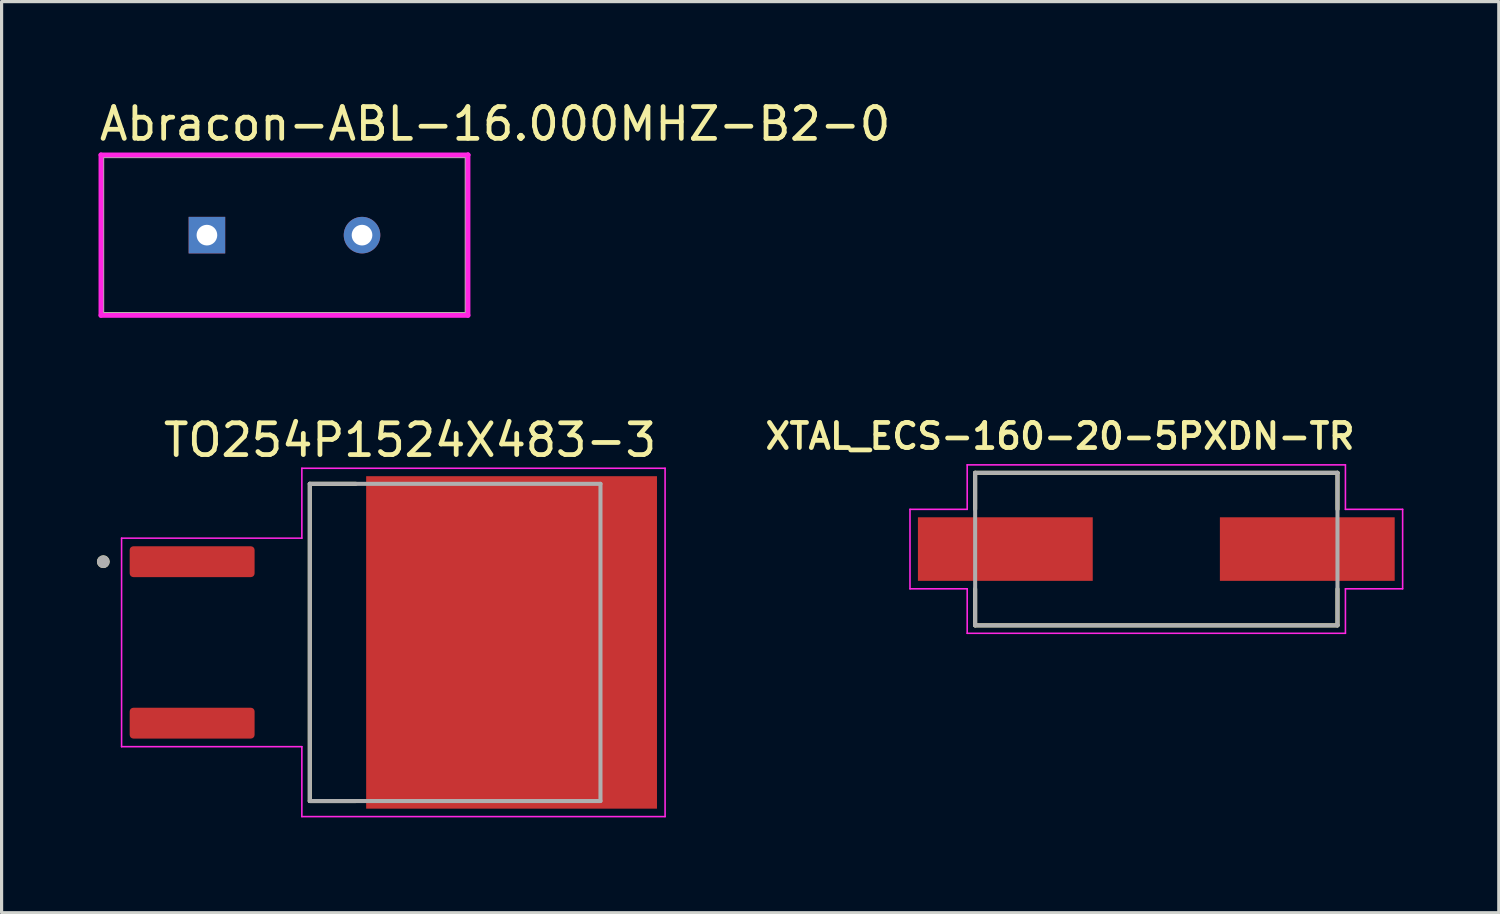
<source format=kicad_pcb>
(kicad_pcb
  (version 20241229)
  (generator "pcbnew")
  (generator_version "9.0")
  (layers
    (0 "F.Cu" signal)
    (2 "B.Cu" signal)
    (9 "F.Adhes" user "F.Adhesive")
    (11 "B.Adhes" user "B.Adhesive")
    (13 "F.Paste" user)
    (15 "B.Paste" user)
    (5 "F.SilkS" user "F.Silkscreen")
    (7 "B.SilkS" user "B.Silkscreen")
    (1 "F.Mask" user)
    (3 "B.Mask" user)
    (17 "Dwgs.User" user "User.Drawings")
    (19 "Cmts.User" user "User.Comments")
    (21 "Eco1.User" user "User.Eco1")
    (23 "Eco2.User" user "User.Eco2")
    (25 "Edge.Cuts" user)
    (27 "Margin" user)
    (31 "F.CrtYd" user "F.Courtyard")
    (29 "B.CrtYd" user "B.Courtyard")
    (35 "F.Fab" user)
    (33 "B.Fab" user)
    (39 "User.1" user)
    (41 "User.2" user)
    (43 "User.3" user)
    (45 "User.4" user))
  (footprint "XTAL_ECS-160-20-5PXDN-TR"
    (layer "F.Cu")
    (at 33.33 14.225)
    (property "Reference" "XTAL_ECS-160-20-5PXDN-TR" (at -3.03 -3.552 0) (layer "F.SilkS") (effects (font (size 0.79 0.79) (thickness 0.15))))
    (attr through_hole)
    (fp_line (start -5.7 -2.4) (end 5.7 -2.4) (stroke (width 0.127) (type solid)) (layer "F.SilkS"))
    (fp_line (start -5.7 -1.254) (end -5.7 -2.4) (stroke (width 0.127) (type solid)) (layer "F.SilkS"))
    (fp_line (start -5.7 2.4) (end -5.7 1.254) (stroke (width 0.127) (type solid)) (layer "F.SilkS"))
    (fp_line (start 5.7 -2.4) (end 5.7 -1.254) (stroke (width 0.127) (type solid)) (layer "F.SilkS"))
    (fp_line (start 5.7 1.254) (end 5.7 2.4) (stroke (width 0.127) (type solid)) (layer "F.SilkS"))
    (fp_line (start 5.7 2.4) (end -5.7 2.4) (stroke (width 0.127) (type solid)) (layer "F.SilkS"))
    (fp_line (start -7.75 -1.25) (end -5.95 -1.25) (stroke (width 0.05) (type solid)) (layer "F.CrtYd"))
    (fp_line (start -7.75 1.25) (end -7.75 -1.25) (stroke (width 0.05) (type solid)) (layer "F.CrtYd"))
    (fp_line (start -5.95 -2.65) (end 5.95 -2.65) (stroke (width 0.05) (type solid)) (layer "F.CrtYd"))
    (fp_line (start -5.95 -1.25) (end -5.95 -2.65) (stroke (width 0.05) (type solid)) (layer "F.CrtYd"))
    (fp_line (start -5.95 1.25) (end -7.75 1.25) (stroke (width 0.05) (type solid)) (layer "F.CrtYd"))
    (fp_line (start -5.95 2.65) (end -5.95 1.25) (stroke (width 0.05) (type solid)) (layer "F.CrtYd"))
    (fp_line (start 5.95 -2.65) (end 5.95 -1.25) (stroke (width 0.05) (type solid)) (layer "F.CrtYd"))
    (fp_line (start 5.95 -1.25) (end 7.75 -1.25) (stroke (width 0.05) (type solid)) (layer "F.CrtYd"))
    (fp_line (start 5.95 1.25) (end 5.95 2.65) (stroke (width 0.05) (type solid)) (layer "F.CrtYd"))
    (fp_line (start 5.95 2.65) (end -5.95 2.65) (stroke (width 0.05) (type solid)) (layer "F.CrtYd"))
    (fp_line (start 7.75 -1.25) (end 7.75 1.25) (stroke (width 0.05) (type solid)) (layer "F.CrtYd"))
    (fp_line (start 7.75 1.25) (end 5.95 1.25) (stroke (width 0.05) (type solid)) (layer "F.CrtYd"))
    (fp_line (start -5.7 -2.4) (end -5.7 2.4) (stroke (width 0.127) (type solid)) (layer "F.Fab"))
    (fp_line (start -5.7 2.4) (end 5.7 2.4) (stroke (width 0.127) (type solid)) (layer "F.Fab"))
    (fp_line (start 5.7 -2.4) (end -5.7 -2.4) (stroke (width 0.127) (type solid)) (layer "F.Fab"))
    (fp_line (start 5.7 2.4) (end 5.7 -2.4) (stroke (width 0.127) (type solid)) (layer "F.Fab"))
    (pad "1" smd rect (at -4.75 0) (size 5.5 2) (layers "F.Cu" "F.Mask" "F.Paste"))
    (pad "2" smd rect (at 4.75 0) (size 5.5 2) (layers "F.Cu" "F.Mask" "F.Paste")))
  (footprint "TO254P1524X483-3"
    (layer "F.Cu")
    (at 9.325 17.162)
    (property "Reference" "TO254P1524X483-3" (at 0.525 -6.365 0) (layer "F.SilkS") (effects (font (size 1 1) (thickness 0.15))))
    (attr through_hole)
    (fp_line (start -2.628 -4.99) (end -2.628 4.99) (stroke (width 0.127) (type solid)) (layer "F.SilkS"))
    (fp_line (start -2.628 4.99) (end -1.18 4.99) (stroke (width 0.127) (type solid)) (layer "F.SilkS"))
    (fp_line (start -1.18 -4.99) (end -2.628 -4.99) (stroke (width 0.127) (type solid)) (layer "F.SilkS"))
    (fp_circle (center -9.125 -2.54) (end -9.025 -2.54) (stroke (width 0.2) (type solid)) (fill no) (layer "F.SilkS"))
    (fp_poly (pts (xy -0.57 -5.01) (xy 0.69 -5.01) (xy 0.69 -3.74) (xy -0.57 -3.74)) (stroke (width 0.01) (type solid)) (fill yes) (layer "F.Paste"))
    (fp_poly (pts (xy -0.57 -3.26) (xy 0.69 -3.26) (xy 0.69 -1.99) (xy -0.57 -1.99)) (stroke (width 0.01) (type solid)) (fill yes) (layer "F.Paste"))
    (fp_poly (pts (xy -0.57 -1.51) (xy 0.69 -1.51) (xy 0.69 -0.24) (xy -0.57 -0.24)) (stroke (width 0.01) (type solid)) (fill yes) (layer "F.Paste"))
    (fp_poly (pts (xy -0.57 0.24) (xy 0.69 0.24) (xy 0.69 1.51) (xy -0.57 1.51)) (stroke (width 0.01) (type solid)) (fill yes) (layer "F.Paste"))
    (fp_poly (pts (xy -0.57 1.99) (xy 0.69 1.99) (xy 0.69 3.26) (xy -0.57 3.26)) (stroke (width 0.01) (type solid)) (fill yes) (layer "F.Paste"))
    (fp_poly (pts (xy -0.57 3.74) (xy 0.69 3.74) (xy 0.69 5.01) (xy -0.57 5.01)) (stroke (width 0.01) (type solid)) (fill yes) (layer "F.Paste"))
    (fp_poly (pts (xy 1.26 -5.01) (xy 2.52 -5.01) (xy 2.52 -3.74) (xy 1.26 -3.74)) (stroke (width 0.01) (type solid)) (fill yes) (layer "F.Paste"))
    (fp_poly (pts (xy 1.26 -3.26) (xy 2.52 -3.26) (xy 2.52 -1.99) (xy 1.26 -1.99)) (stroke (width 0.01) (type solid)) (fill yes) (layer "F.Paste"))
    (fp_poly (pts (xy 1.26 -1.51) (xy 2.52 -1.51) (xy 2.52 -0.24) (xy 1.26 -0.24)) (stroke (width 0.01) (type solid)) (fill yes) (layer "F.Paste"))
    (fp_poly (pts (xy 1.26 0.24) (xy 2.52 0.24) (xy 2.52 1.51) (xy 1.26 1.51)) (stroke (width 0.01) (type solid)) (fill yes) (layer "F.Paste"))
    (fp_poly (pts (xy 1.26 1.99) (xy 2.52 1.99) (xy 2.52 3.26) (xy 1.26 3.26)) (stroke (width 0.01) (type solid)) (fill yes) (layer "F.Paste"))
    (fp_poly (pts (xy 1.26 3.74) (xy 2.52 3.74) (xy 2.52 5.01) (xy 1.26 5.01)) (stroke (width 0.01) (type solid)) (fill yes) (layer "F.Paste"))
    (fp_poly (pts (xy 3.09 -5.01) (xy 4.35 -5.01) (xy 4.35 -3.74) (xy 3.09 -3.74)) (stroke (width 0.01) (type solid)) (fill yes) (layer "F.Paste"))
    (fp_poly (pts (xy 3.09 -3.26) (xy 4.35 -3.26) (xy 4.35 -1.99) (xy 3.09 -1.99)) (stroke (width 0.01) (type solid)) (fill yes) (layer "F.Paste"))
    (fp_poly (pts (xy 3.09 -1.51) (xy 4.35 -1.51) (xy 4.35 -0.24) (xy 3.09 -0.24)) (stroke (width 0.01) (type solid)) (fill yes) (layer "F.Paste"))
    (fp_poly (pts (xy 3.09 0.24) (xy 4.35 0.24) (xy 4.35 1.51) (xy 3.09 1.51)) (stroke (width 0.01) (type solid)) (fill yes) (layer "F.Paste"))
    (fp_poly (pts (xy 3.09 1.99) (xy 4.35 1.99) (xy 4.35 3.26) (xy 3.09 3.26)) (stroke (width 0.01) (type solid)) (fill yes) (layer "F.Paste"))
    (fp_poly (pts (xy 3.09 3.74) (xy 4.35 3.74) (xy 4.35 5.01) (xy 3.09 5.01)) (stroke (width 0.01) (type solid)) (fill yes) (layer "F.Paste"))
    (fp_poly (pts (xy 4.92 -5.01) (xy 6.18 -5.01) (xy 6.18 -3.74) (xy 4.92 -3.74)) (stroke (width 0.01) (type solid)) (fill yes) (layer "F.Paste"))
    (fp_poly (pts (xy 4.92 -3.26) (xy 6.18 -3.26) (xy 6.18 -1.99) (xy 4.92 -1.99)) (stroke (width 0.01) (type solid)) (fill yes) (layer "F.Paste"))
    (fp_poly (pts (xy 4.92 -1.51) (xy 6.18 -1.51) (xy 6.18 -0.24) (xy 4.92 -0.24)) (stroke (width 0.01) (type solid)) (fill yes) (layer "F.Paste"))
    (fp_poly (pts (xy 4.92 0.24) (xy 6.18 0.24) (xy 6.18 1.51) (xy 4.92 1.51)) (stroke (width 0.01) (type solid)) (fill yes) (layer "F.Paste"))
    (fp_poly (pts (xy 4.92 1.99) (xy 6.18 1.99) (xy 6.18 3.26) (xy 4.92 3.26)) (stroke (width 0.01) (type solid)) (fill yes) (layer "F.Paste"))
    (fp_poly (pts (xy 4.92 3.74) (xy 6.18 3.74) (xy 6.18 5.01) (xy 4.92 5.01)) (stroke (width 0.01) (type solid)) (fill yes) (layer "F.Paste"))
    (fp_poly (pts (xy 6.75 -5.01) (xy 8.01 -5.01) (xy 8.01 -3.74) (xy 6.75 -3.74)) (stroke (width 0.01) (type solid)) (fill yes) (layer "F.Paste"))
    (fp_poly (pts (xy 6.75 -3.26) (xy 8.01 -3.26) (xy 8.01 -1.99) (xy 6.75 -1.99)) (stroke (width 0.01) (type solid)) (fill yes) (layer "F.Paste"))
    (fp_poly (pts (xy 6.75 -1.51) (xy 8.01 -1.51) (xy 8.01 -0.24) (xy 6.75 -0.24)) (stroke (width 0.01) (type solid)) (fill yes) (layer "F.Paste"))
    (fp_poly (pts (xy 6.75 0.24) (xy 8.01 0.24) (xy 8.01 1.51) (xy 6.75 1.51)) (stroke (width 0.01) (type solid)) (fill yes) (layer "F.Paste"))
    (fp_poly (pts (xy 6.75 1.99) (xy 8.01 1.99) (xy 8.01 3.26) (xy 6.75 3.26)) (stroke (width 0.01) (type solid)) (fill yes) (layer "F.Paste"))
    (fp_poly (pts (xy 6.75 3.74) (xy 8.01 3.74) (xy 8.01 5.01) (xy 6.75 5.01)) (stroke (width 0.01) (type solid)) (fill yes) (layer "F.Paste"))
    (fp_line (start -8.55 -3.28) (end -8.55 3.28) (stroke (width 0.05) (type solid)) (layer "F.CrtYd"))
    (fp_line (start -8.55 3.28) (end -2.878 3.28) (stroke (width 0.05) (type solid)) (layer "F.CrtYd"))
    (fp_line (start -2.878 -5.48) (end -2.878 -3.28) (stroke (width 0.05) (type solid)) (layer "F.CrtYd"))
    (fp_line (start -2.878 -3.28) (end -8.55 -3.28) (stroke (width 0.05) (type solid)) (layer "F.CrtYd"))
    (fp_line (start -2.878 3.28) (end -2.878 5.48) (stroke (width 0.05) (type solid)) (layer "F.CrtYd"))
    (fp_line (start -2.878 5.48) (end 8.55 5.48) (stroke (width 0.05) (type solid)) (layer "F.CrtYd"))
    (fp_line (start 8.55 -5.48) (end -2.878 -5.48) (stroke (width 0.05) (type solid)) (layer "F.CrtYd"))
    (fp_line (start 8.55 5.48) (end 8.55 -5.48) (stroke (width 0.05) (type solid)) (layer "F.CrtYd"))
    (fp_line (start -2.628 -4.99) (end 6.517 -4.99) (stroke (width 0.127) (type solid)) (layer "F.Fab"))
    (fp_line (start -2.628 4.99) (end -2.628 -4.99) (stroke (width 0.127) (type solid)) (layer "F.Fab"))
    (fp_line (start 6.517 -4.99) (end 6.517 4.99) (stroke (width 0.127) (type solid)) (layer "F.Fab"))
    (fp_line (start 6.517 4.99) (end -2.628 4.99) (stroke (width 0.127) (type solid)) (layer "F.Fab"))
    (fp_circle (center -9.125 -2.54) (end -9.025 -2.54) (stroke (width 0.2) (type solid)) (fill no) (layer "F.Fab"))
    (pad "1" smd roundrect (at -6.33 2.54) (size 3.93 0.97) (layers "F.Cu" "F.Mask" "F.Paste") (roundrect_rratio 0.12))
    (pad "2" smd roundrect (at -6.33 -2.54) (size 3.93 0.97) (layers "F.Cu" "F.Mask" "F.Paste") (roundrect_rratio 0.12))
    (pad "4" smd rect (at 3.72 0) (size 9.15 10.46) (layers "F.Cu" "F.Mask")))
  (footprint "Abracon-ABL-16.000MHZ-B2-0"
    (layer "F.Cu")
    (at 5.9 4.348)
    (property "Reference" "Abracon-ABL-16.000MHZ-B2-0" (at -5.9 -3.5 0) (layer "F.SilkS") (effects (font (size 1 1) (thickness 0.15)) (justify left)))
    (attr through_hole)
    (fp_line (start -5.75 -2.5) (end 5.75 -2.5) (stroke (width 0.15) (type solid)) (layer "F.SilkS"))
    (fp_line (start -5.75 2.5) (end -5.75 -2.5) (stroke (width 0.15) (type solid)) (layer "F.SilkS"))
    (fp_line (start 5.75 -2.5) (end 5.75 2.5) (stroke (width 0.15) (type solid)) (layer "F.SilkS"))
    (fp_line (start 5.75 2.5) (end -5.75 2.5) (stroke (width 0.15) (type solid)) (layer "F.SilkS"))
    (fp_line (start -5.775 -2.525) (end -5.775 2.525) (stroke (width 0.15) (type solid)) (layer "F.CrtYd"))
    (fp_line (start -5.775 2.525) (end 5.775 2.525) (stroke (width 0.15) (type solid)) (layer "F.CrtYd"))
    (fp_line (start 5.775 -2.525) (end -5.775 -2.525) (stroke (width 0.15) (type solid)) (layer "F.CrtYd"))
    (fp_line (start 5.775 -2.525) (end 5.775 -2.525) (stroke (width 0.15) (type solid)) (layer "F.CrtYd"))
    (fp_line (start 5.775 2.525) (end 5.775 -2.525) (stroke (width 0.15) (type solid)) (layer "F.CrtYd"))
    (fp_line (start -5.75 -2.5) (end 5.75 -2.5) (stroke (width 0.15) (type solid)) (layer "F.Fab"))
    (fp_line (start -5.75 2.5) (end -5.75 -2.5) (stroke (width 0.15) (type solid)) (layer "F.Fab"))
    (fp_line (start 5.75 -2.5) (end 5.75 2.5) (stroke (width 0.15) (type solid)) (layer "F.Fab"))
    (fp_line (start 5.75 2.5) (end -5.75 2.5) (stroke (width 0.15) (type solid)) (layer "F.Fab"))
    (pad "1" thru_hole rect (at -2.44 0) (size 1.15 1.15) (drill 0.65) (layers "*.Cu"))
    (pad "2" thru_hole circle (at 2.44 0) (size 1.15 1.15) (drill 0.65) (layers "*.Cu")))
  (gr_rect
    (start -3 -3)
    (end 44.105 25.666)
    (stroke (width 0.1) (type default))
    (fill no)
    (layer "Edge.Cuts")))
</source>
